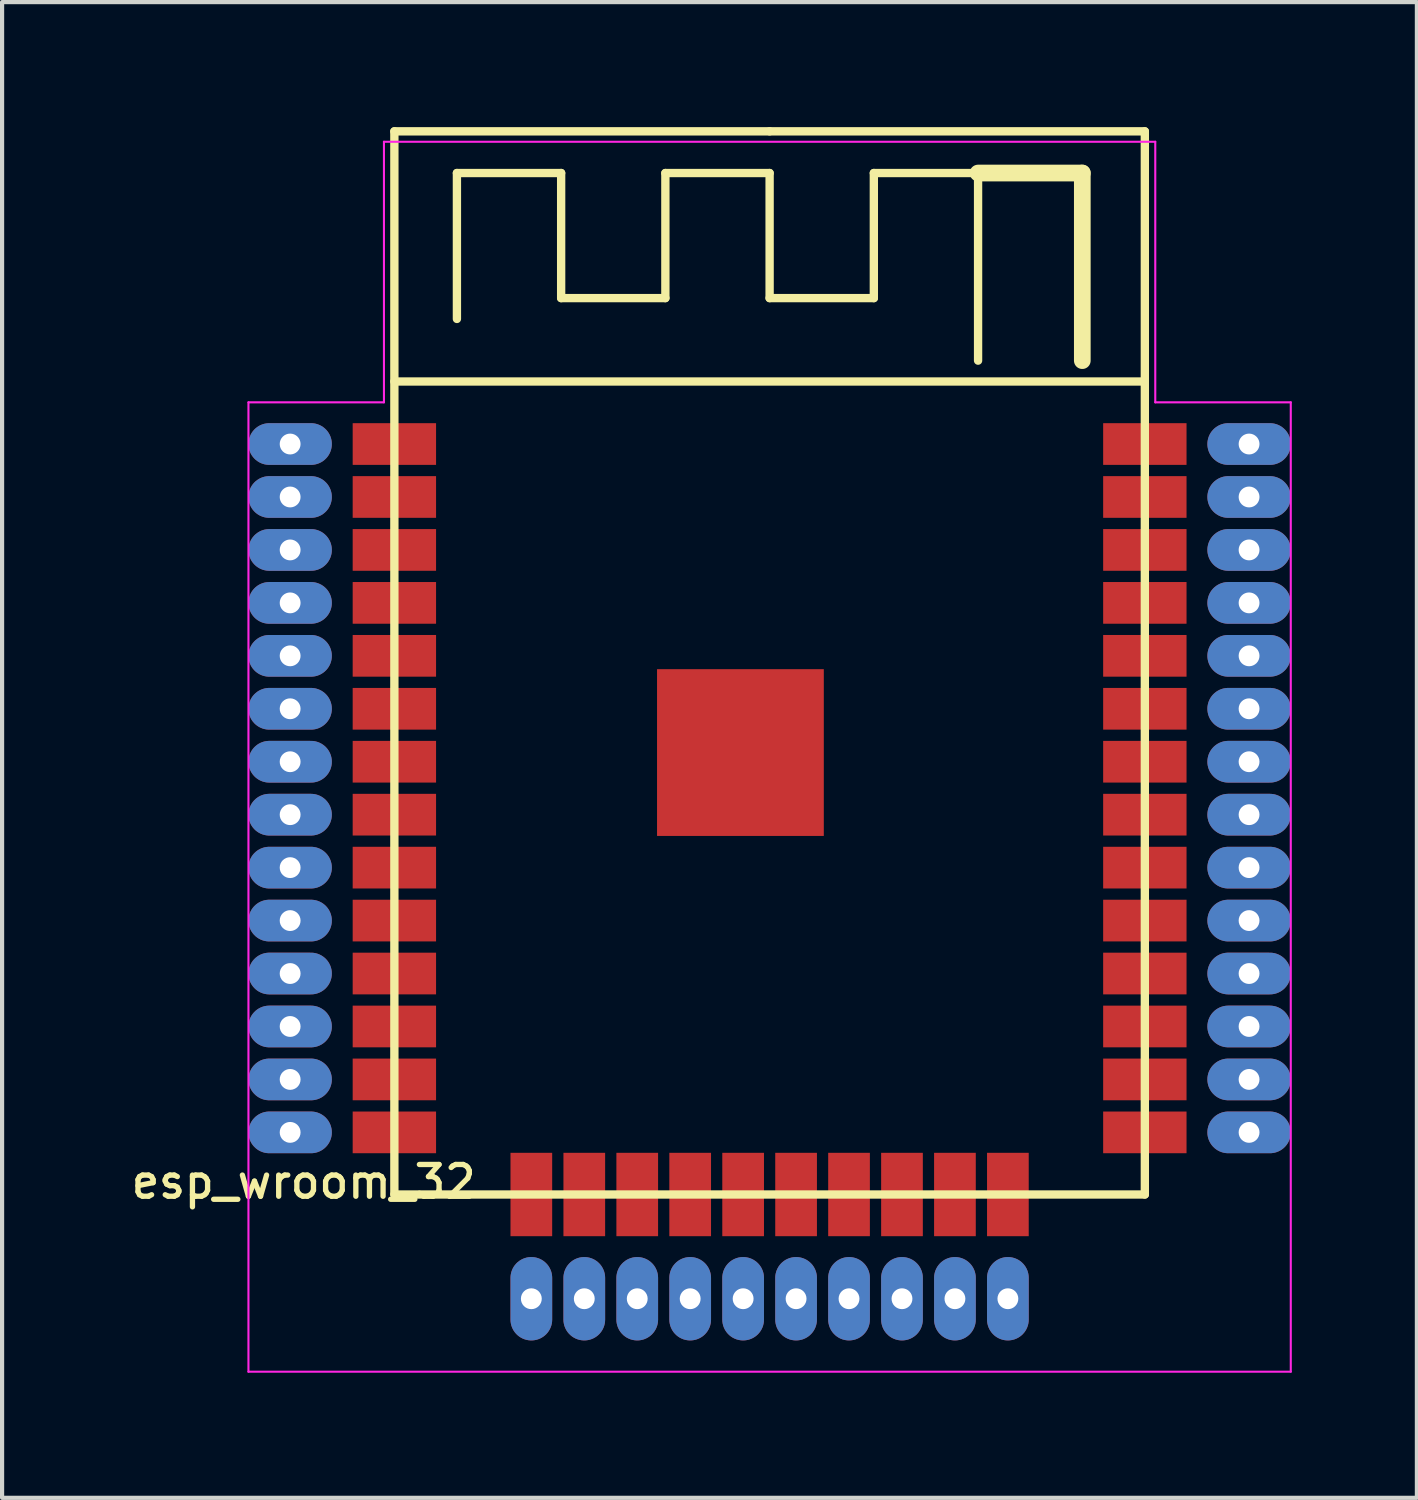
<source format=kicad_pcb>
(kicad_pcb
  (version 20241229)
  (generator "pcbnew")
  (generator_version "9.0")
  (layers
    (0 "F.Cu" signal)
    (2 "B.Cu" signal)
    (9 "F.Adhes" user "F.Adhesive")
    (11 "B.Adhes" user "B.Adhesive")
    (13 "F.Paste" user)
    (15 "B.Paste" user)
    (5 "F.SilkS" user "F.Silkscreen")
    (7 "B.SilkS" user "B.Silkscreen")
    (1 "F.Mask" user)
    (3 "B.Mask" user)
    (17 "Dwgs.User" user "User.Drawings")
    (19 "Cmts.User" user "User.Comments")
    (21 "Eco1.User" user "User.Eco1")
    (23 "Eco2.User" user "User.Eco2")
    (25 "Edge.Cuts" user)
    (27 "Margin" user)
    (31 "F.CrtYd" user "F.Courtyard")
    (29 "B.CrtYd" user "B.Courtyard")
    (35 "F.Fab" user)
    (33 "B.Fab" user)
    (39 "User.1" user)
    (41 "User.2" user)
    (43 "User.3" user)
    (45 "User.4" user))
  (footprint "esp_wroom_32"
    (layer "F.Cu")
    (at 15.409 12.85)
    (property "Reference" "esp_wroom_32" (at -11.176 12.446 0) (layer "F.SilkS") (effects (font (size 0.762 0.762) (thickness 0.127))))
    (attr through_hole)
    (fp_line (start -9 -12.75) (end 0 -12.75) (stroke (width 0.2) (type solid)) (layer "F.SilkS"))
    (fp_line (start -9 -6.75) (end 9 -6.75) (stroke (width 0.2) (type solid)) (layer "F.SilkS"))
    (fp_line (start -9 12.75) (end -9 -12.75) (stroke (width 0.2) (type solid)) (layer "F.SilkS"))
    (fp_line (start -7.5 -11.75) (end -7.5 -8.25) (stroke (width 0.2) (type solid)) (layer "F.SilkS"))
    (fp_line (start -5 -11.75) (end -7.5 -11.75) (stroke (width 0.2) (type solid)) (layer "F.SilkS"))
    (fp_line (start -5 -11.75) (end -5 -8.75) (stroke (width 0.2) (type solid)) (layer "F.SilkS"))
    (fp_line (start -2.5 -11.75) (end -2.5 -8.75) (stroke (width 0.2) (type solid)) (layer "F.SilkS"))
    (fp_line (start -2.5 -8.75) (end -5 -8.75) (stroke (width 0.2) (type solid)) (layer "F.SilkS"))
    (fp_line (start 0 -12.75) (end 9 -12.75) (stroke (width 0.2) (type solid)) (layer "F.SilkS"))
    (fp_line (start 0 -11.75) (end -2.5 -11.75) (stroke (width 0.2) (type solid)) (layer "F.SilkS"))
    (fp_line (start 0 -11.75) (end 0 -8.75) (stroke (width 0.2) (type solid)) (layer "F.SilkS"))
    (fp_line (start 0 -8.75) (end 2.5 -8.75) (stroke (width 0.2) (type solid)) (layer "F.SilkS"))
    (fp_line (start 2.5 -11.75) (end 2.5 -8.75) (stroke (width 0.2) (type solid)) (layer "F.SilkS"))
    (fp_line (start 2.5 -11.75) (end 5 -11.75) (stroke (width 0.2) (type solid)) (layer "F.SilkS"))
    (fp_line (start 5 -11.75) (end 5 -7.25) (stroke (width 0.2) (type solid)) (layer "F.SilkS"))
    (fp_line (start 5 -11.75) (end 7.5 -11.75) (stroke (width 0.4) (type solid)) (layer "F.SilkS"))
    (fp_line (start 7.5 -11.75) (end 7.5 -7.25) (stroke (width 0.4) (type solid)) (layer "F.SilkS"))
    (fp_line (start 9 -12.75) (end 9 12.75) (stroke (width 0.2) (type solid)) (layer "F.SilkS"))
    (fp_line (start 9 12.75) (end -9 12.75) (stroke (width 0.2) (type solid)) (layer "F.SilkS"))
    (fp_line (start -12.5 -6.25) (end -9.25 -6.25) (stroke (width 0.05) (type solid)) (layer "F.CrtYd"))
    (fp_line (start -12.5 17) (end -12.5 -6.25) (stroke (width 0.05) (type solid)) (layer "F.CrtYd"))
    (fp_line (start -9.25 -12.5) (end 9.25 -12.5) (stroke (width 0.05) (type solid)) (layer "F.CrtYd"))
    (fp_line (start -9.25 -6.25) (end -9.25 -12.5) (stroke (width 0.05) (type solid)) (layer "F.CrtYd"))
    (fp_line (start 9.25 -6.25) (end 9.25 -12.5) (stroke (width 0.05) (type solid)) (layer "F.CrtYd"))
    (fp_line (start 12.5 -6.25) (end 9.25 -6.25) (stroke (width 0.05) (type solid)) (layer "F.CrtYd"))
    (fp_line (start 12.5 -6.25) (end 12.5 17) (stroke (width 0.05) (type solid)) (layer "F.CrtYd"))
    (fp_line (start 12.5 17) (end -12.5 17) (stroke (width 0.05) (type solid)) (layer "F.CrtYd"))
    (pad "1" thru_hole oval (at -11.5 -5.25) (size 2 1) (drill 0.5) (layers "*.Cu" "*.Mask"))
    (pad "1" smd rect (at -9 -5.25) (size 2 1) (layers "F.Cu" "F.Mask" "F.Paste"))
    (pad "2" thru_hole oval (at -11.5 -3.98) (size 2 1) (drill 0.5) (layers "*.Cu" "*.Mask"))
    (pad "2" smd rect (at -9 -3.98) (size 2 1) (layers "F.Cu" "F.Mask" "F.Paste"))
    (pad "3" thru_hole oval (at -11.5 -2.71) (size 2 1) (drill 0.5) (layers "*.Cu" "*.Mask"))
    (pad "3" smd rect (at -9 -2.71) (size 2 1) (layers "F.Cu" "F.Mask" "F.Paste"))
    (pad "4" thru_hole oval (at -11.5 -1.44) (size 2 1) (drill 0.5) (layers "*.Cu" "*.Mask"))
    (pad "4" smd rect (at -9 -1.44) (size 2 1) (layers "F.Cu" "F.Mask" "F.Paste"))
    (pad "5" thru_hole oval (at -11.5 -0.17) (size 2 1) (drill 0.5) (layers "*.Cu" "*.Mask"))
    (pad "5" smd rect (at -9 -0.17) (size 2 1) (layers "F.Cu" "F.Mask" "F.Paste"))
    (pad "6" thru_hole oval (at -11.5 1.1) (size 2 1) (drill 0.5) (layers "*.Cu" "*.Mask"))
    (pad "6" smd rect (at -9 1.1) (size 2 1) (layers "F.Cu" "F.Mask" "F.Paste"))
    (pad "7" thru_hole oval (at -11.5 2.37) (size 2 1) (drill 0.5) (layers "*.Cu" "*.Mask"))
    (pad "7" smd rect (at -9 2.37) (size 2 1) (layers "F.Cu" "F.Mask" "F.Paste"))
    (pad "8" thru_hole oval (at -11.5 3.64) (size 2 1) (drill 0.5) (layers "*.Cu" "*.Mask"))
    (pad "8" smd rect (at -9 3.64) (size 2 1) (layers "F.Cu" "F.Mask" "F.Paste"))
    (pad "9" thru_hole oval (at -11.5 4.91) (size 2 1) (drill 0.5) (layers "*.Cu" "*.Mask"))
    (pad "9" smd rect (at -9 4.91) (size 2 1) (layers "F.Cu" "F.Mask" "F.Paste"))
    (pad "10" thru_hole oval (at -11.5 6.18) (size 2 1) (drill 0.5) (layers "*.Cu" "*.Mask"))
    (pad "10" smd rect (at -9 6.18) (size 2 1) (layers "F.Cu" "F.Mask" "F.Paste"))
    (pad "11" thru_hole oval (at -11.5 7.45) (size 2 1) (drill 0.5) (layers "*.Cu" "*.Mask"))
    (pad "11" smd rect (at -9 7.45) (size 2 1) (layers "F.Cu" "F.Mask" "F.Paste"))
    (pad "12" thru_hole oval (at -11.5 8.72) (size 2 1) (drill 0.5) (layers "*.Cu" "*.Mask"))
    (pad "12" smd rect (at -9 8.72) (size 2 1) (layers "F.Cu" "F.Mask" "F.Paste"))
    (pad "13" thru_hole oval (at -11.5 9.99) (size 2 1) (drill 0.5) (layers "*.Cu" "*.Mask"))
    (pad "13" smd rect (at -9 9.99) (size 2 1) (layers "F.Cu" "F.Mask" "F.Paste"))
    (pad "14" thru_hole oval (at -11.5 11.26) (size 2 1) (drill 0.5) (layers "*.Cu" "*.Mask"))
    (pad "14" smd rect (at -9 11.26) (size 2 1) (layers "F.Cu" "F.Mask" "F.Paste"))
    (pad "15" smd rect (at -5.715 12.75 90) (size 2 1) (layers "F.Cu" "F.Mask" "F.Paste"))
    (pad "15" thru_hole oval (at -5.715 15.25 90) (size 2 1) (drill 0.5) (layers "*.Cu" "*.Mask"))
    (pad "16" smd rect (at -4.445 12.75 90) (size 2 1) (layers "F.Cu" "F.Mask" "F.Paste"))
    (pad "16" thru_hole oval (at -4.445 15.25 90) (size 2 1) (drill 0.5) (layers "*.Cu" "*.Mask"))
    (pad "17" smd rect (at -3.175 12.75 90) (size 2 1) (layers "F.Cu" "F.Mask" "F.Paste"))
    (pad "17" thru_hole oval (at -3.175 15.25 90) (size 2 1) (drill 0.5) (layers "*.Cu" "*.Mask"))
    (pad "18" smd rect (at -1.905 12.75 90) (size 2 1) (layers "F.Cu" "F.Mask" "F.Paste"))
    (pad "18" thru_hole oval (at -1.905 15.25 90) (size 2 1) (drill 0.5) (layers "*.Cu" "*.Mask"))
    (pad "19" smd rect (at -0.635 12.75 90) (size 2 1) (layers "F.Cu" "F.Mask" "F.Paste"))
    (pad "19" thru_hole oval (at -0.635 15.25 90) (size 2 1) (drill 0.5) (layers "*.Cu" "*.Mask"))
    (pad "20" smd rect (at 0.635 12.75 90) (size 2 1) (layers "F.Cu" "F.Mask" "F.Paste"))
    (pad "20" thru_hole oval (at 0.635 15.25 90) (size 2 1) (drill 0.5) (layers "*.Cu" "*.Mask"))
    (pad "21" smd rect (at 1.905 12.75 90) (size 2 1) (layers "F.Cu" "F.Mask" "F.Paste"))
    (pad "21" thru_hole oval (at 1.905 15.25 90) (size 2 1) (drill 0.5) (layers "*.Cu" "*.Mask"))
    (pad "22" smd rect (at 3.175 12.75 90) (size 2 1) (layers "F.Cu" "F.Mask" "F.Paste"))
    (pad "22" thru_hole oval (at 3.175 15.25 90) (size 2 1) (drill 0.5) (layers "*.Cu" "*.Mask"))
    (pad "23" smd rect (at 4.445 12.75 90) (size 2 1) (layers "F.Cu" "F.Mask" "F.Paste"))
    (pad "23" thru_hole oval (at 4.445 15.25 90) (size 2 1) (drill 0.5) (layers "*.Cu" "*.Mask"))
    (pad "24" smd rect (at 5.715 12.75 90) (size 2 1) (layers "F.Cu" "F.Mask" "F.Paste"))
    (pad "24" thru_hole oval (at 5.715 15.25 90) (size 2 1) (drill 0.5) (layers "*.Cu" "*.Mask"))
    (pad "25" smd rect (at 9 11.26) (size 2 1) (layers "F.Cu" "F.Mask" "F.Paste"))
    (pad "25" thru_hole oval (at 11.5 11.26) (size 2 1) (drill 0.5) (layers "*.Cu" "*.Mask"))
    (pad "26" smd rect (at 9 9.99) (size 2 1) (layers "F.Cu" "F.Mask" "F.Paste"))
    (pad "26" thru_hole oval (at 11.5 9.99) (size 2 1) (drill 0.5) (layers "*.Cu" "*.Mask"))
    (pad "27" smd rect (at 9 8.72) (size 2 1) (layers "F.Cu" "F.Mask" "F.Paste"))
    (pad "27" thru_hole oval (at 11.5 8.72) (size 2 1) (drill 0.5) (layers "*.Cu" "*.Mask"))
    (pad "28" smd rect (at 9 7.45) (size 2 1) (layers "F.Cu" "F.Mask" "F.Paste"))
    (pad "28" thru_hole oval (at 11.5 7.45) (size 2 1) (drill 0.5) (layers "*.Cu" "*.Mask"))
    (pad "29" smd rect (at 9 6.18) (size 2 1) (layers "F.Cu" "F.Mask" "F.Paste"))
    (pad "29" thru_hole oval (at 11.5 6.18) (size 2 1) (drill 0.5) (layers "*.Cu" "*.Mask"))
    (pad "30" smd rect (at 9 4.91) (size 2 1) (layers "F.Cu" "F.Mask" "F.Paste"))
    (pad "30" thru_hole oval (at 11.5 4.91) (size 2 1) (drill 0.5) (layers "*.Cu" "*.Mask"))
    (pad "31" smd rect (at 9 3.64) (size 2 1) (layers "F.Cu" "F.Mask" "F.Paste"))
    (pad "31" thru_hole oval (at 11.5 3.64) (size 2 1) (drill 0.5) (layers "*.Cu" "*.Mask"))
    (pad "32" smd rect (at 9 2.37) (size 2 1) (layers "F.Cu" "F.Mask" "F.Paste"))
    (pad "32" thru_hole oval (at 11.5 2.37) (size 2 1) (drill 0.5) (layers "*.Cu" "*.Mask"))
    (pad "33" smd rect (at 9 1.1) (size 2 1) (layers "F.Cu" "F.Mask" "F.Paste"))
    (pad "33" thru_hole oval (at 11.5 1.1) (size 2 1) (drill 0.5) (layers "*.Cu" "*.Mask"))
    (pad "34" smd rect (at 9 -0.17) (size 2 1) (layers "F.Cu" "F.Mask" "F.Paste"))
    (pad "34" thru_hole oval (at 11.5 -0.17) (size 2 1) (drill 0.5) (layers "*.Cu" "*.Mask"))
    (pad "35" smd rect (at 9 -1.44) (size 2 1) (layers "F.Cu" "F.Mask" "F.Paste"))
    (pad "35" thru_hole oval (at 11.5 -1.44) (size 2 1) (drill 0.5) (layers "*.Cu" "*.Mask"))
    (pad "36" smd rect (at 9 -2.71) (size 2 1) (layers "F.Cu" "F.Mask" "F.Paste"))
    (pad "36" thru_hole oval (at 11.5 -2.71) (size 2 1) (drill 0.5) (layers "*.Cu" "*.Mask"))
    (pad "37" smd rect (at 9 -3.98) (size 2 1) (layers "F.Cu" "F.Mask" "F.Paste"))
    (pad "37" thru_hole oval (at 11.5 -3.98) (size 2 1) (drill 0.5) (layers "*.Cu" "*.Mask"))
    (pad "38" smd rect (at 9 -5.25) (size 2 1) (layers "F.Cu" "F.Mask" "F.Paste"))
    (pad "38" thru_hole oval (at 11.5 -5.25) (size 2 1) (drill 0.5) (layers "*.Cu" "*.Mask"))
    (pad "39" smd rect (at -0.7 2.15 90) (size 4 4) (layers "F.Cu" "F.Mask" "F.Paste")))
  (gr_rect
    (start -3 -3)
    (end 30.934 32.875)
    (stroke (width 0.1) (type default))
    (fill no)
    (layer "Edge.Cuts")))
</source>
